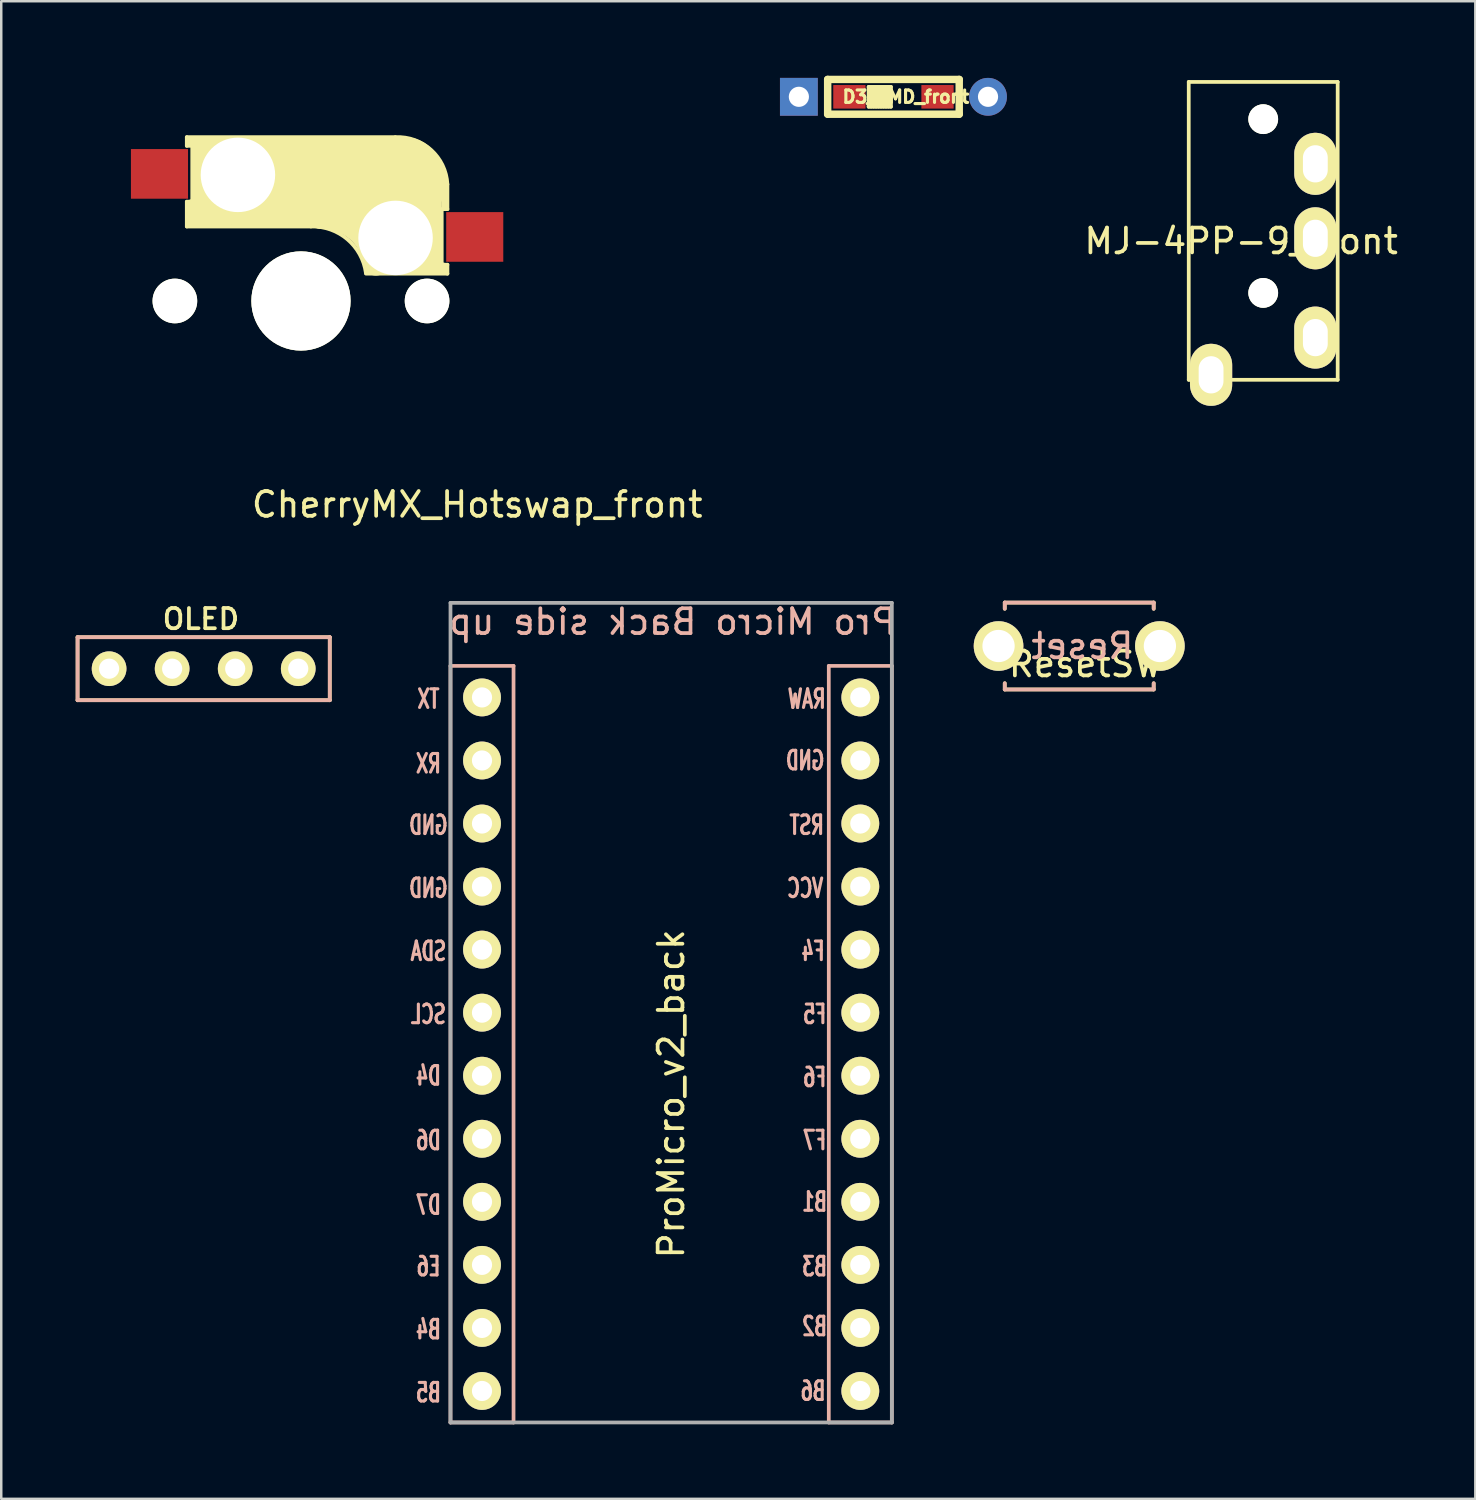
<source format=kicad_pcb>
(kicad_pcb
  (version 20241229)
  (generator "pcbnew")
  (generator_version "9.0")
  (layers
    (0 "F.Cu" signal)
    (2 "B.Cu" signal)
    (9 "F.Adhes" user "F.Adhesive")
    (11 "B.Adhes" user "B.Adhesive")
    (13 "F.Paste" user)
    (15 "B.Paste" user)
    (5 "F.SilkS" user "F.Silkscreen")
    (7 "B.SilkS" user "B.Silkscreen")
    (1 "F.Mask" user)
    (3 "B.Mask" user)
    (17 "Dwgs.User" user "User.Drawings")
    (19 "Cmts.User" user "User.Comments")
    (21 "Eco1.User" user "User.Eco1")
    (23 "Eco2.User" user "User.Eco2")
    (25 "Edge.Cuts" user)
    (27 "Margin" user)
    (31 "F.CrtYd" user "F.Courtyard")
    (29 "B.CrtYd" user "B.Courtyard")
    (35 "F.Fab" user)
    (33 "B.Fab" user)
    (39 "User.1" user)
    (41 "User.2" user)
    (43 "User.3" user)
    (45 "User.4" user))
  (footprint "OLED"
    (layer "F.Cu")
    (at 1.345 23.889)
    (property "Reference" "OLED" (at 3.7 -2 180) (layer "F.SilkS") (effects (font (size 0.813 0.813) (thickness 0.15))))
    (attr through_hole)
    (fp_line (start -1.27 -1.27) (end 8.89 -1.27) (stroke (width 0.15) (type solid)) (layer "F.SilkS"))
    (fp_line (start -1.27 1.27) (end -1.27 -1.27) (stroke (width 0.15) (type solid)) (layer "F.SilkS"))
    (fp_line (start -1.27 1.27) (end 8.89 1.27) (stroke (width 0.15) (type solid)) (layer "F.SilkS"))
    (fp_line (start 8.89 -1.27) (end 8.89 1.27) (stroke (width 0.15) (type solid)) (layer "F.SilkS"))
    (fp_line (start -1.27 -1.27) (end 8.89 -1.27) (stroke (width 0.15) (type solid)) (layer "B.SilkS"))
    (fp_line (start -1.27 1.27) (end -1.27 -1.27) (stroke (width 0.15) (type solid)) (layer "B.SilkS"))
    (fp_line (start 8.89 -1.27) (end 8.89 1.27) (stroke (width 0.15) (type solid)) (layer "B.SilkS"))
    (fp_line (start 8.89 1.27) (end -1.27 1.27) (stroke (width 0.15) (type solid)) (layer "B.SilkS"))
    (pad "1" thru_hole circle (at 0 0) (size 1.397 1.397) (drill 0.813) (layers "*.Cu" "*.Mask" "F.SilkS"))
    (pad "2" thru_hole circle (at 2.54 0) (size 1.397 1.397) (drill 0.813) (layers "*.Cu" "*.Mask" "F.SilkS"))
    (pad "3" thru_hole circle (at 5.08 0) (size 1.397 1.397) (drill 0.813) (layers "*.Cu" "*.Mask" "F.SilkS"))
    (pad "4" thru_hole circle (at 7.62 0) (size 1.397 1.397) (drill 0.813) (layers "*.Cu" "*.Mask" "F.SilkS")))
  (footprint "MJ-4PP-9_front"
    (layer "F.Cu")
    (at 47.839 0.25)
    (property "Reference" "MJ-4PP-9_front" (at -0.889 6.413 0) (layer "F.SilkS") (effects (font (size 1 1) (thickness 0.15))))
    (attr through_hole)
    (fp_line (start -3 0) (end 3 0) (stroke (width 0.15) (type solid)) (layer "F.SilkS"))
    (fp_line (start -3 12) (end -3 0) (stroke (width 0.15) (type solid)) (layer "F.SilkS"))
    (fp_line (start 3 0) (end 3 12) (stroke (width 0.15) (type solid)) (layer "F.SilkS"))
    (fp_line (start 3 12) (end -3 12) (stroke (width 0.15) (type solid)) (layer "F.SilkS"))
    (pad "" np_thru_hole circle (at 0 1.5) (size 1.2 1.2) (drill 1.2) (layers "*.Cu" "*.Mask" "F.SilkS"))
    (pad "" np_thru_hole circle (at 0 8.5) (size 1.2 1.2) (drill 1.2) (layers "*.Cu" "*.Mask" "F.SilkS"))
    (pad "A" thru_hole oval (at -2.1 11.8) (size 1.7 2.5) (drill oval 1 1.5) (layers "*.Cu" "*.Mask" "F.SilkS"))
    (pad "B" thru_hole oval (at 2.1 3.3) (size 1.7 2.5) (drill oval 1 1.5) (layers "*.Cu" "*.Mask" "F.SilkS"))
    (pad "C" thru_hole oval (at 2.1 6.3) (size 1.7 2.5) (drill oval 1 1.5) (layers "*.Cu" "*.Mask" "F.SilkS"))
    (pad "D" thru_hole oval (at 2.1 10.3) (size 1.7 2.5) (drill oval 1 1.5) (layers "*.Cu" "*.Mask" "F.SilkS")))
  (footprint "D3_SMD_front"
    (layer "F.Cu")
    (at 32.943 0.85)
    (property "Reference" "D3_SMD_front" (at 0.5 0 0) (layer "F.SilkS") (effects (font (size 0.5 0.5) (thickness 0.125))))
    (attr through_hole)
    (fp_line (start -2.65 -0.7) (end -2.65 0.7) (stroke (width 0.3) (type solid)) (layer "F.SilkS"))
    (fp_line (start -1 -0.4) (end -1 0.4) (stroke (width 0.15) (type solid)) (layer "F.SilkS"))
    (fp_line (start -1 -0.4) (end -0.1 -0.4) (stroke (width 0.15) (type solid)) (layer "F.SilkS"))
    (fp_line (start -1 0.4) (end -0.1 0.4) (stroke (width 0.15) (type solid)) (layer "F.SilkS"))
    (fp_line (start -0.9 -0.4) (end -0.9 0.4) (stroke (width 0.15) (type solid)) (layer "F.SilkS"))
    (fp_line (start -0.8 -0.4) (end -0.8 0.4) (stroke (width 0.15) (type solid)) (layer "F.SilkS"))
    (fp_line (start -0.7 -0.4) (end -0.7 0.4) (stroke (width 0.15) (type solid)) (layer "F.SilkS"))
    (fp_line (start -0.6 -0.4) (end -0.6 0.4) (stroke (width 0.15) (type solid)) (layer "F.SilkS"))
    (fp_line (start -0.5 -0.3) (end -0.5 0.4) (stroke (width 0.15) (type solid)) (layer "F.SilkS"))
    (fp_line (start -0.4 -0.4) (end -0.4 0.4) (stroke (width 0.15) (type solid)) (layer "F.SilkS"))
    (fp_line (start -0.3 -0.4) (end -0.3 0.4) (stroke (width 0.15) (type solid)) (layer "F.SilkS"))
    (fp_line (start -0.2 -0.4) (end -0.2 0.4) (stroke (width 0.15) (type solid)) (layer "F.SilkS"))
    (fp_line (start -0.1 -0.4) (end -0.1 0.4) (stroke (width 0.15) (type solid)) (layer "F.SilkS"))
    (fp_line (start 2.65 -0.7) (end -2.65 -0.7) (stroke (width 0.3) (type solid)) (layer "F.SilkS"))
    (fp_line (start 2.65 -0.7) (end 2.65 0.7) (stroke (width 0.3) (type solid)) (layer "F.SilkS"))
    (fp_line (start 2.65 0.7) (end -2.65 0.7) (stroke (width 0.3) (type solid)) (layer "F.SilkS"))
    (pad "1" thru_hole rect (at -3.81 0) (size 1.524 1.524) (drill 0.813) (layers "*.Cu" "*.Mask"))
    (pad "1" smd rect (at -1.775 0) (size 1.3 0.95) (layers "F.Cu" "F.Mask" "F.Paste"))
    (pad "2" smd rect (at 1.775 0) (size 1.3 0.95) (layers "F.Cu" "F.Mask" "F.Paste"))
    (pad "2" thru_hole circle (at 3.81 0) (size 1.524 1.524) (drill 0.813) (layers "*.Cu" "*.Mask")))
  (footprint "ResetSW"
    (layer "F.Cu")
    (at 40.427 22.975)
    (property "Reference" "ResetSW" (at 0.265 0.73 0) (layer "F.SilkS") (effects (font (size 1 1) (thickness 0.15))))
    (attr through_hole)
    (fp_line (start -3 -1.75) (end -3 -1.5) (stroke (width 0.15) (type solid)) (layer "F.SilkS"))
    (fp_line (start -3 -1.75) (end 3 -1.75) (stroke (width 0.15) (type solid)) (layer "F.SilkS"))
    (fp_line (start -3 1.75) (end -3 1.5) (stroke (width 0.15) (type solid)) (layer "F.SilkS"))
    (fp_line (start -3 1.75) (end 3 1.75) (stroke (width 0.15) (type solid)) (layer "F.SilkS"))
    (fp_line (start 3 -1.75) (end 3 -1.5) (stroke (width 0.15) (type solid)) (layer "F.SilkS"))
    (fp_line (start 3 1.75) (end 3 1.5) (stroke (width 0.15) (type solid)) (layer "F.SilkS"))
    (fp_line (start -3 -1.75) (end 3 -1.75) (stroke (width 0.15) (type solid)) (layer "B.SilkS"))
    (fp_line (start -3 -1.5) (end -3 -1.75) (stroke (width 0.15) (type solid)) (layer "B.SilkS"))
    (fp_line (start -3 1.75) (end -3 1.5) (stroke (width 0.15) (type solid)) (layer "B.SilkS"))
    (fp_line (start 3 -1.75) (end 3 -1.5) (stroke (width 0.15) (type solid)) (layer "B.SilkS"))
    (fp_line (start 3 1.5) (end 3 1.75) (stroke (width 0.15) (type solid)) (layer "B.SilkS"))
    (fp_line (start 3 1.75) (end -3 1.75) (stroke (width 0.15) (type solid)) (layer "B.SilkS"))
    (fp_text user "Reset" (at 0.127 0 0) (layer "B.SilkS") (effects (font (size 1 1) (thickness 0.15)) (justify mirror)))
    (pad "1" thru_hole circle (at 3.25 0) (size 2 2) (drill 1.3) (layers "*.Cu" "*.Mask" "F.SilkS"))
    (pad "2" thru_hole circle (at -3.25 0) (size 2 2) (drill 1.3) (layers "*.Cu" "*.Mask" "F.SilkS")))
  (footprint "ProMicro_v2_back"
    (layer "F.Cu")
    (at 25.258 38.254)
    (property "Reference" "ProMicro_v2_back" (at -1.27 2.762 270) (layer "F.SilkS") (effects (font (size 1 1) (thickness 0.15))))
    (attr through_hole)
    (fp_line (start -10.16 -14.478) (end -7.62 -14.478) (stroke (width 0.15) (type solid)) (layer "B.SilkS"))
    (fp_line (start -10.16 16.002) (end -10.16 -14.478) (stroke (width 0.15) (type solid)) (layer "B.SilkS"))
    (fp_line (start -7.62 -14.478) (end -7.62 16.002) (stroke (width 0.15) (type solid)) (layer "B.SilkS"))
    (fp_line (start -7.62 16.002) (end -10.16 16.002) (stroke (width 0.15) (type solid)) (layer "B.SilkS"))
    (fp_line (start 5.08 -14.478) (end 7.62 -14.478) (stroke (width 0.15) (type solid)) (layer "B.SilkS"))
    (fp_line (start 5.08 16.002) (end 5.08 -14.478) (stroke (width 0.15) (type solid)) (layer "B.SilkS"))
    (fp_line (start 7.62 -14.478) (end 7.62 16.002) (stroke (width 0.15) (type solid)) (layer "B.SilkS"))
    (fp_line (start 7.62 16.002) (end 5.08 16.002) (stroke (width 0.15) (type solid)) (layer "B.SilkS"))
    (fp_line (start -10.16 -17.018) (end 7.62 -17.018) (stroke (width 0.15) (type solid)) (layer "F.Fab"))
    (fp_line (start -10.16 16.002) (end -10.16 -17.018) (stroke (width 0.15) (type solid)) (layer "F.Fab"))
    (fp_line (start 7.62 -17.018) (end 7.62 16.002) (stroke (width 0.15) (type solid)) (layer "F.Fab"))
    (fp_line (start 7.62 16.002) (end -10.16 16.002) (stroke (width 0.15) (type solid)) (layer "F.Fab"))
    (fp_text user "GND" (at -11.049 -8.065 0) (layer "B.SilkS") (effects (font (size 0.75 0.5) (thickness 0.125)) (justify mirror)))
    (fp_text user "D7" (at -11.049 7.239 0) (layer "B.SilkS") (effects (font (size 0.75 0.5) (thickness 0.125)) (justify mirror)))
    (fp_text user "RX" (at -11.049 -10.541 0) (layer "B.SilkS") (effects (font (size 0.75 0.5) (thickness 0.125)) (justify mirror)))
    (fp_text user "E6" (at -11.049 9.716 0) (layer "B.SilkS") (effects (font (size 0.75 0.5) (thickness 0.125)) (justify mirror)))
    (fp_text user "F4" (at 4.445 -2.985 0) (layer "B.SilkS") (effects (font (size 0.75 0.5) (thickness 0.125)) (justify mirror)))
    (fp_text user "RST" (at 4.191 -8.065 0) (layer "B.SilkS") (effects (font (size 0.75 0.5) (thickness 0.125)) (justify mirror)))
    (fp_text user "Pro Micro Back side up" (at -1.206 -16.256 0) (layer "B.SilkS") (effects (font (size 1 1) (thickness 0.15)) (justify mirror)))
    (fp_text user "D4" (at -11.049 2.032 0) (layer "B.SilkS") (effects (font (size 0.75 0.5) (thickness 0.125)) (justify mirror)))
    (fp_text user "VCC" (at 4.128 -5.524 0) (layer "B.SilkS") (effects (font (size 0.75 0.5) (thickness 0.125)) (justify mirror)))
    (fp_text user "SDA" (at -11.049 -2.985 0) (layer "B.SilkS") (effects (font (size 0.75 0.5) (thickness 0.125)) (justify mirror)))
    (fp_text user "B4" (at -11.049 12.255 0) (layer "B.SilkS") (effects (font (size 0.75 0.5) (thickness 0.125)) (justify mirror)))
    (fp_text user "F6" (at 4.508 2.095 0) (layer "B.SilkS") (effects (font (size 0.75 0.5) (thickness 0.125)) (justify mirror)))
    (fp_text user "GND" (at -11.049 -5.524 0) (layer "B.SilkS") (effects (font (size 0.75 0.5) (thickness 0.125)) (justify mirror)))
    (fp_text user "TX" (at -11.049 -13.145 0) (layer "B.SilkS") (effects (font (size 0.75 0.5) (thickness 0.125)) (justify mirror)))
    (fp_text user "F7" (at 4.508 4.636 0) (layer "B.SilkS") (effects (font (size 0.75 0.5) (thickness 0.125)) (justify mirror)))
    (fp_text user "D6" (at -11.049 4.636 0) (layer "B.SilkS") (effects (font (size 0.75 0.5) (thickness 0.125)) (justify mirror)))
    (fp_text user "B1" (at 4.508 7.112 0) (layer "B.SilkS") (effects (font (size 0.75 0.5) (thickness 0.125)) (justify mirror)))
    (fp_text user "B3" (at 4.508 9.716 0) (layer "B.SilkS") (effects (font (size 0.75 0.5) (thickness 0.125)) (justify mirror)))
    (fp_text user "B5" (at -11.049 14.796 0) (layer "B.SilkS") (effects (font (size 0.75 0.5) (thickness 0.125)) (justify mirror)))
    (fp_text user "B6" (at 4.445 14.732 0) (layer "B.SilkS") (effects (font (size 0.75 0.5) (thickness 0.125)) (justify mirror)))
    (fp_text user "B2" (at 4.508 12.129 0) (layer "B.SilkS") (effects (font (size 0.75 0.5) (thickness 0.125)) (justify mirror)))
    (fp_text user "GND" (at 4.128 -10.668 0) (layer "B.SilkS") (effects (font (size 0.75 0.5) (thickness 0.125)) (justify mirror)))
    (fp_text user "F5" (at 4.508 -0.445 0) (layer "B.SilkS") (effects (font (size 0.75 0.5) (thickness 0.125)) (justify mirror)))
    (fp_text user "SCL" (at -11.049 -0.445 0) (layer "B.SilkS") (effects (font (size 0.75 0.5) (thickness 0.125)) (justify mirror)))
    (fp_text user "RAW" (at 4.191 -13.145 0) (layer "B.SilkS") (effects (font (size 0.75 0.5) (thickness 0.125)) (justify mirror)))
    (pad "1" thru_hole circle (at -8.89 -13.208) (size 1.524 1.524) (drill 0.813) (layers "*.Cu" "*.Mask" "F.SilkS"))
    (pad "2" thru_hole circle (at -8.89 -10.668) (size 1.524 1.524) (drill 0.813) (layers "*.Cu" "*.Mask" "F.SilkS"))
    (pad "3" thru_hole circle (at -8.89 -8.128) (size 1.524 1.524) (drill 0.813) (layers "*.Cu" "*.Mask" "F.SilkS"))
    (pad "4" thru_hole circle (at -8.89 -5.588) (size 1.524 1.524) (drill 0.813) (layers "*.Cu" "*.Mask" "F.SilkS"))
    (pad "5" thru_hole circle (at -8.89 -3.048) (size 1.524 1.524) (drill 0.813) (layers "*.Cu" "*.Mask" "F.SilkS"))
    (pad "6" thru_hole circle (at -8.89 -0.508) (size 1.524 1.524) (drill 0.813) (layers "*.Cu" "*.Mask" "F.SilkS"))
    (pad "7" thru_hole circle (at -8.89 2.032) (size 1.524 1.524) (drill 0.813) (layers "*.Cu" "*.Mask" "F.SilkS"))
    (pad "8" thru_hole circle (at -8.89 4.572) (size 1.524 1.524) (drill 0.813) (layers "*.Cu" "*.Mask" "F.SilkS"))
    (pad "9" thru_hole circle (at -8.89 7.112) (size 1.524 1.524) (drill 0.813) (layers "*.Cu" "*.Mask" "F.SilkS"))
    (pad "10" thru_hole circle (at -8.89 9.652) (size 1.524 1.524) (drill 0.813) (layers "*.Cu" "*.Mask" "F.SilkS"))
    (pad "11" thru_hole circle (at -8.89 12.192) (size 1.524 1.524) (drill 0.813) (layers "*.Cu" "*.Mask" "F.SilkS"))
    (pad "12" thru_hole circle (at -8.89 14.732) (size 1.524 1.524) (drill 0.813) (layers "*.Cu" "*.Mask" "F.SilkS"))
    (pad "13" thru_hole circle (at 6.35 14.732) (size 1.524 1.524) (drill 0.813) (layers "*.Cu" "*.Mask" "F.SilkS"))
    (pad "14" thru_hole circle (at 6.35 12.192) (size 1.524 1.524) (drill 0.813) (layers "*.Cu" "*.Mask" "F.SilkS"))
    (pad "15" thru_hole circle (at 6.35 9.652) (size 1.524 1.524) (drill 0.813) (layers "*.Cu" "*.Mask" "F.SilkS"))
    (pad "16" thru_hole circle (at 6.35 7.112) (size 1.524 1.524) (drill 0.813) (layers "*.Cu" "*.Mask" "F.SilkS"))
    (pad "17" thru_hole circle (at 6.35 4.572) (size 1.524 1.524) (drill 0.813) (layers "*.Cu" "*.Mask" "F.SilkS"))
    (pad "18" thru_hole circle (at 6.35 2.032) (size 1.524 1.524) (drill 0.813) (layers "*.Cu" "*.Mask" "F.SilkS"))
    (pad "19" thru_hole circle (at 6.35 -0.508) (size 1.524 1.524) (drill 0.813) (layers "*.Cu" "*.Mask" "F.SilkS"))
    (pad "20" thru_hole circle (at 6.35 -3.048) (size 1.524 1.524) (drill 0.813) (layers "*.Cu" "*.Mask" "F.SilkS"))
    (pad "21" thru_hole circle (at 6.35 -5.588) (size 1.524 1.524) (drill 0.813) (layers "*.Cu" "*.Mask" "F.SilkS"))
    (pad "22" thru_hole circle (at 6.35 -8.128) (size 1.524 1.524) (drill 0.813) (layers "*.Cu" "*.Mask" "F.SilkS"))
    (pad "23" thru_hole circle (at 6.35 -10.668) (size 1.524 1.524) (drill 0.813) (layers "*.Cu" "*.Mask" "F.SilkS"))
    (pad "24" thru_hole circle (at 6.35 -13.208) (size 1.524 1.524) (drill 0.813) (layers "*.Cu" "*.Mask" "F.SilkS")))
  (footprint "CherryMX_Hotswap_front"
    (layer "F.Cu")
    (at 9.075 9.075)
    (property "Reference" "CherryMX_Hotswap_front" (at 7.1 8.2 0) (layer "F.SilkS") (effects (font (size 1 1) (thickness 0.15))))
    (attr through_hole)
    (fp_line (start -4.6 -6.6) (end 3.8 -6.6) (stroke (width 0.15) (type solid)) (layer "F.SilkS"))
    (fp_line (start -4.6 -6.25) (end -4.6 -6.6) (stroke (width 0.15) (type solid)) (layer "F.SilkS"))
    (fp_line (start -4.6 -4) (end -4.4 -4) (stroke (width 0.15) (type solid)) (layer "F.SilkS"))
    (fp_line (start -4.6 -3) (end -4.6 -4) (stroke (width 0.15) (type solid)) (layer "F.SilkS"))
    (fp_line (start -4.4 -6.4) (end -3 -6.4) (stroke (width 0.4) (type solid)) (layer "F.SilkS"))
    (fp_line (start -4.4 -6.25) (end -4.6 -6.25) (stroke (width 0.15) (type solid)) (layer "F.SilkS"))
    (fp_line (start -4.4 -3.9) (end -4.4 -3.2) (stroke (width 0.4) (type solid)) (layer "F.SilkS"))
    (fp_line (start -4.38 -4) (end -4.38 -6.25) (stroke (width 0.15) (type solid)) (layer "F.SilkS"))
    (fp_line (start -4.3 -3.3) (end -2.9 -3.3) (stroke (width 0.5) (type solid)) (layer "F.SilkS"))
    (fp_line (start -3.9 -6) (end -3.9 -3.5) (stroke (width 1) (type solid)) (layer "F.SilkS"))
    (fp_line (start -2.6 -4.8) (end 4.1 -4.8) (stroke (width 3.5) (type solid)) (layer "F.SilkS"))
    (fp_line (start 0.4 -3) (end -4.6 -3) (stroke (width 0.15) (type solid)) (layer "F.SilkS"))
    (fp_line (start 4.17 -5.1) (end 4.17 -2.86) (stroke (width 3) (type solid)) (layer "F.SilkS"))
    (fp_line (start 5.3 -1.6) (end 5.3 -3.4) (stroke (width 0.8) (type solid)) (layer "F.SilkS"))
    (fp_line (start 5.67 -3.7) (end 5.67 -1.46) (stroke (width 0.15) (type solid)) (layer "F.SilkS"))
    (fp_line (start 5.7 -1.46) (end 5.9 -1.46) (stroke (width 0.15) (type solid)) (layer "F.SilkS"))
    (fp_line (start 5.7 -1.3) (end 3 -1.3) (stroke (width 0.5) (type solid)) (layer "F.SilkS"))
    (fp_line (start 5.8 -3.8) (end 5.8 -4.7) (stroke (width 0.3) (type solid)) (layer "F.SilkS"))
    (fp_line (start 5.9 -4.7) (end 5.9 -3.7) (stroke (width 0.15) (type solid)) (layer "F.SilkS"))
    (fp_line (start 5.9 -3.7) (end 5.7 -3.7) (stroke (width 0.15) (type solid)) (layer "F.SilkS"))
    (fp_line (start 5.9 -1.1) (end 2.62 -1.1) (stroke (width 0.15) (type solid)) (layer "F.SilkS"))
    (fp_line (start 5.9 -1.1) (end 5.9 -1.46) (stroke (width 0.15) (type solid)) (layer "F.SilkS"))
    (fp_arc (start 0.4 -3) (mid 1.868709 -2.486118) (end 2.616318 -1.121471) (stroke (width 0.15) (type solid)) (layer "F.SilkS"))
    (fp_arc (start 0.8 -3.4) (mid 2.268709 -2.886118) (end 3.016318 -1.521471) (stroke (width 1) (type solid)) (layer "F.SilkS"))
    (fp_arc (start 3.8 -6.6) (mid 5.243503 -6.084924) (end 5.9 -4.7) (stroke (width 0.15) (type solid)) (layer "F.SilkS"))
    (fp_line (start -9 -9) (end 9 -9) (stroke (width 0.15) (type solid)) (layer "Eco2.User"))
    (fp_line (start -9 9) (end -9 -9) (stroke (width 0.15) (type solid)) (layer "Eco2.User"))
    (fp_line (start -7 -7) (end 7 -7) (stroke (width 0.15) (type solid)) (layer "Eco2.User"))
    (fp_line (start -7 7) (end -7 -7) (stroke (width 0.15) (type solid)) (layer "Eco2.User"))
    (fp_line (start 7 -7) (end 7 7) (stroke (width 0.15) (type solid)) (layer "Eco2.User"))
    (fp_line (start 7 7.1) (end -7 7.1) (stroke (width 0.15) (type solid)) (layer "Eco2.User"))
    (fp_line (start 9 -9) (end 9 9) (stroke (width 0.15) (type solid)) (layer "Eco2.User"))
    (fp_line (start 9 9) (end -9 9) (stroke (width 0.15) (type solid)) (layer "Eco2.User"))
    (pad "" np_thru_hole circle (at -5.08 0) (size 1.8 1.8) (drill 1.8) (layers "*.Cu" "*.Mask" "F.SilkS"))
    (pad "" np_thru_hole circle (at -2.54 -5.08 180) (size 3 3) (drill 3) (layers "*.Cu" "*.Mask"))
    (pad "" np_thru_hole circle (at 0 0 90) (size 4 4) (drill 4) (layers "*.Cu" "*.Mask" "F.SilkS"))
    (pad "" np_thru_hole circle (at 3.81 -2.54 180) (size 3 3) (drill 3) (layers "*.Cu" "*.Mask"))
    (pad "" np_thru_hole circle (at 5.08 0) (size 1.8 1.8) (drill 1.8) (layers "*.Cu" "*.Mask" "F.SilkS"))
    (pad "1" smd rect (at 7 -2.58 180) (size 2.3 2) (layers "F.Cu" "F.Mask" "F.Paste"))
    (pad "2" smd rect (at -5.7 -5.12 180) (size 2.3 2) (layers "F.Cu" "F.Mask" "F.Paste")))
  (gr_rect
    (start -3 -3)
    (end 56.384 57.331)
    (stroke (width 0.1) (type default))
    (fill no)
    (layer "Edge.Cuts")))
</source>
